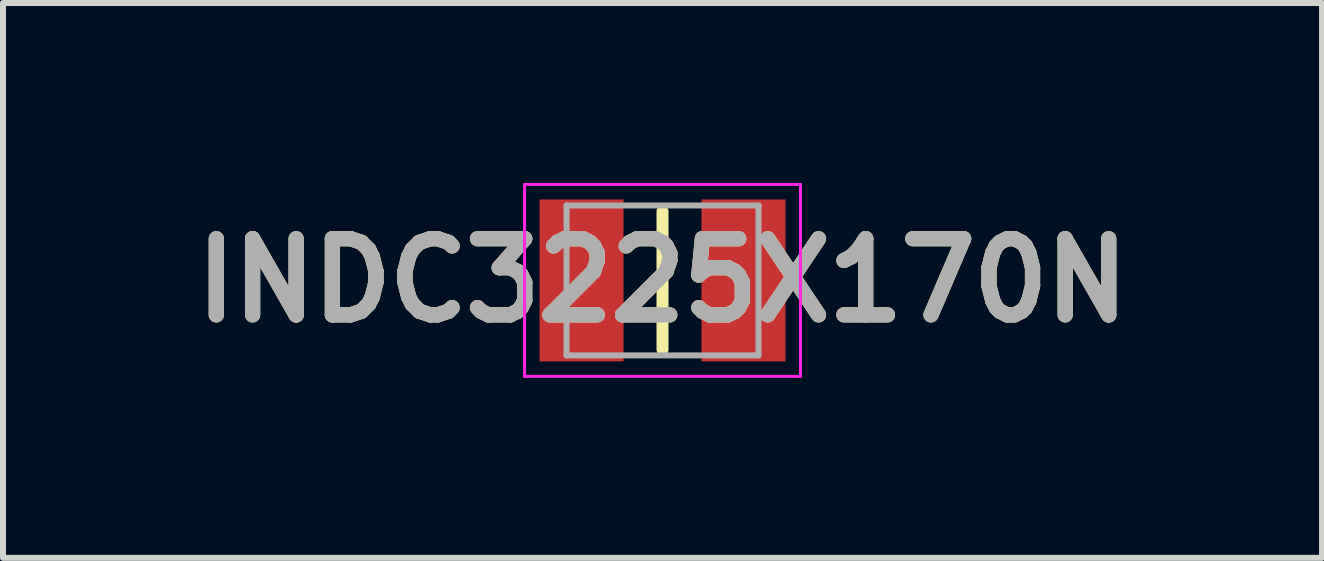
<source format=kicad_pcb>
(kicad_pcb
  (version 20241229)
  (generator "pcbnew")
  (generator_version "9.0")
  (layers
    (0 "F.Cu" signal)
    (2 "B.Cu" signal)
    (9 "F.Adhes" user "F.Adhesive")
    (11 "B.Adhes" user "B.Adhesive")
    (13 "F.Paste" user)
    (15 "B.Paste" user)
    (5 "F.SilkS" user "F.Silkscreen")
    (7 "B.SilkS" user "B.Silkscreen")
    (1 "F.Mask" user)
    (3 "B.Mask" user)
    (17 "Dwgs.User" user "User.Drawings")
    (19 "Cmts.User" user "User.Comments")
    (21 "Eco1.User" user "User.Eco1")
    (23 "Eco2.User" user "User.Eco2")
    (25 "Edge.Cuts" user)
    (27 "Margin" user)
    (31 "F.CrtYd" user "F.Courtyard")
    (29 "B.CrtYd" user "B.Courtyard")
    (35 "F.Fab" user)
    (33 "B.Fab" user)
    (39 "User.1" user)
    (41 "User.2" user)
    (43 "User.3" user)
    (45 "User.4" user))
  (footprint "INDC3225X170N"
    (layer "F.Cu")
    (at 7.995 1.625)
    (property "Reference" "INDC3225X170N" (at 0 0 0) (layer "F.SilkS") (effects (font (size 1.27 1.27) (thickness 0.254))))
    (attr smd)
    (fp_line (start 0 -1.15) (end 0 1.15) (stroke (width 0.2) (type solid)) (layer "F.SilkS"))
    (fp_line (start -2.3 -1.6) (end 2.3 -1.6) (stroke (width 0.05) (type solid)) (layer "F.CrtYd"))
    (fp_line (start -2.3 1.6) (end -2.3 -1.6) (stroke (width 0.05) (type solid)) (layer "F.CrtYd"))
    (fp_line (start 2.3 -1.6) (end 2.3 1.6) (stroke (width 0.05) (type solid)) (layer "F.CrtYd"))
    (fp_line (start 2.3 1.6) (end -2.3 1.6) (stroke (width 0.05) (type solid)) (layer "F.CrtYd"))
    (fp_line (start -1.6 -1.25) (end 1.6 -1.25) (stroke (width 0.1) (type solid)) (layer "F.Fab"))
    (fp_line (start -1.6 1.25) (end -1.6 -1.25) (stroke (width 0.1) (type solid)) (layer "F.Fab"))
    (fp_line (start 1.6 -1.25) (end 1.6 1.25) (stroke (width 0.1) (type solid)) (layer "F.Fab"))
    (fp_line (start 1.6 1.25) (end -1.6 1.25) (stroke (width 0.1) (type solid)) (layer "F.Fab"))
    (fp_text user "${REFERENCE}" (at 0 0 0) (layer "F.Fab") (effects (font (size 1.27 1.27) (thickness 0.254))))
    (pad "1" smd rect (at -1.35 0) (size 1.4 2.7) (layers "F.Cu" "F.Mask" "F.Paste"))
    (pad "2" smd rect (at 1.35 0) (size 1.4 2.7) (layers "F.Cu" "F.Mask" "F.Paste")))
  (gr_rect
    (start -3 -3)
    (end 18.99 6.25)
    (stroke (width 0.1) (type default))
    (fill no)
    (layer "Edge.Cuts")))
</source>
